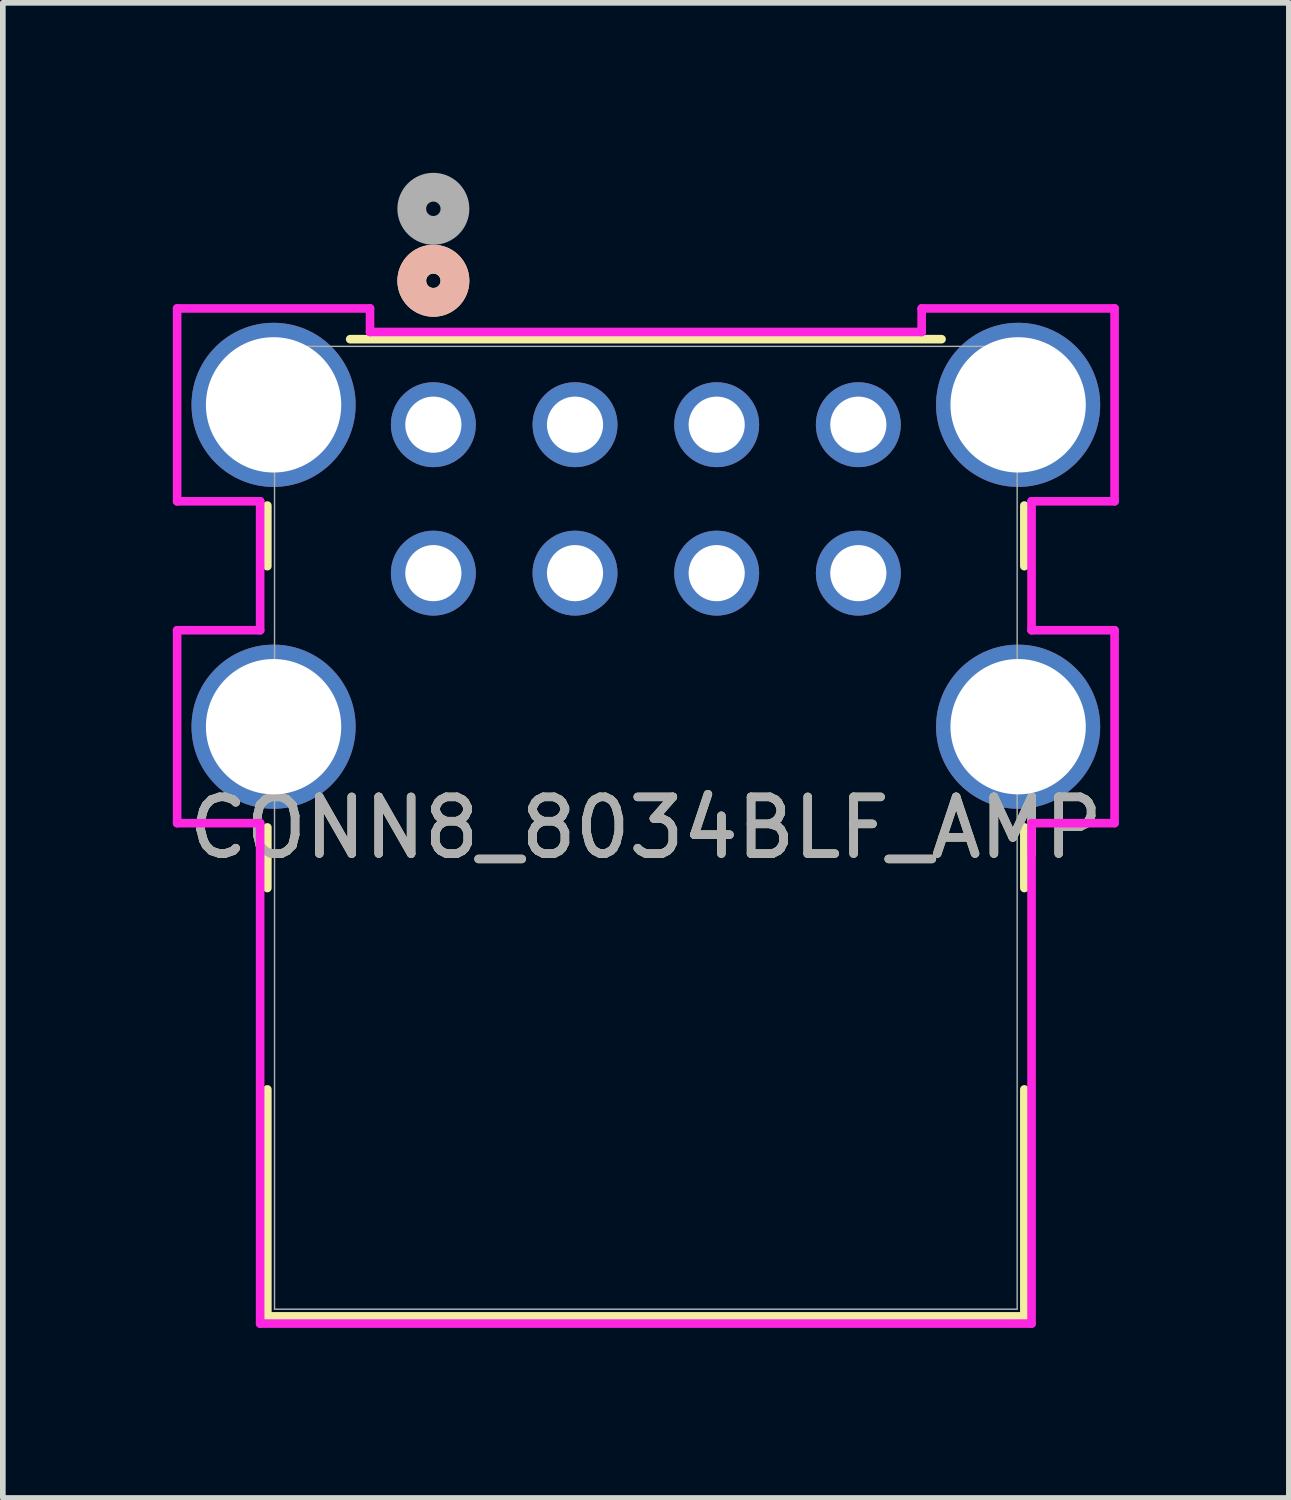
<source format=kicad_pcb>
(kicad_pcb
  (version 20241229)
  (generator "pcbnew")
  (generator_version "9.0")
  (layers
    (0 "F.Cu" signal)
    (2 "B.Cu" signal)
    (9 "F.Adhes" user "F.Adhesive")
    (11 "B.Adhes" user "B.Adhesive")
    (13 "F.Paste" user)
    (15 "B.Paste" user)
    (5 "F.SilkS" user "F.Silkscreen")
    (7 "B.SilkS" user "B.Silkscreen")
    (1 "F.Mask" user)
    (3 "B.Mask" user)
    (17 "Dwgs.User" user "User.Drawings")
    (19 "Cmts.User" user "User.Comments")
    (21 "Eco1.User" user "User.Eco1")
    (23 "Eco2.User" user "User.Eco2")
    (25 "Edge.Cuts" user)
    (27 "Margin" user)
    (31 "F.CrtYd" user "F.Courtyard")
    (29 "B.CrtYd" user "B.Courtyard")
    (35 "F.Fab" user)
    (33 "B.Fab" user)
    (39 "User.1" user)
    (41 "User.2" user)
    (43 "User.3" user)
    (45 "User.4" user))
  (footprint "CONN8_8034BLF_AMP"
    (layer "F.Cu")
    (at 4.598 4.445)
    (property "Reference" "CONN8_8034BLF_AMP" (at 3.75 7.114 0) (unlocked yes) (layer "F.SilkS") (effects (font (size 1 1) (thickness 0.15))))
    (attr through_hole)
    (fp_line (start -2.93 1.427) (end -2.93 2.497) (stroke (width 0.152) (type solid)) (layer "F.SilkS"))
    (fp_line (start -2.93 7.107) (end -2.93 8.177) (stroke (width 0.152) (type solid)) (layer "F.SilkS"))
    (fp_line (start -2.93 11.731) (end -2.93 15.737) (stroke (width 0.152) (type solid)) (layer "F.SilkS"))
    (fp_line (start -2.93 15.737) (end 10.43 15.737) (stroke (width 0.152) (type solid)) (layer "F.SilkS"))
    (fp_line (start 8.969 -1.509) (end -1.468 -1.509) (stroke (width 0.152) (type solid)) (layer "F.SilkS"))
    (fp_line (start 10.43 2.497) (end 10.43 1.427) (stroke (width 0.152) (type solid)) (layer "F.SilkS"))
    (fp_line (start 10.43 8.177) (end 10.43 7.107) (stroke (width 0.152) (type solid)) (layer "F.SilkS"))
    (fp_line (start 10.43 15.737) (end 10.43 11.731) (stroke (width 0.152) (type solid)) (layer "F.SilkS"))
    (fp_circle (center 0 -2.54) (end 0.381 -2.54) (stroke (width 0.508) (type solid)) (fill no) (layer "F.SilkS"))
    (fp_circle (center 0 -2.54) (end 0.381 -2.54) (stroke (width 0.508) (type solid)) (fill no) (layer "B.SilkS"))
    (fp_line (start -4.522 -2.052) (end -4.522 1.352) (stroke (width 0.152) (type solid)) (layer "F.CrtYd"))
    (fp_line (start -4.522 1.352) (end -3.057 1.352) (stroke (width 0.152) (type solid)) (layer "F.CrtYd"))
    (fp_line (start -4.522 3.628) (end -4.522 7.032) (stroke (width 0.152) (type solid)) (layer "F.CrtYd"))
    (fp_line (start -4.522 7.032) (end -3.057 7.032) (stroke (width 0.152) (type solid)) (layer "F.CrtYd"))
    (fp_line (start -3.057 1.352) (end -3.057 3.628) (stroke (width 0.152) (type solid)) (layer "F.CrtYd"))
    (fp_line (start -3.057 3.628) (end -4.522 3.628) (stroke (width 0.152) (type solid)) (layer "F.CrtYd"))
    (fp_line (start -3.057 7.032) (end -3.057 15.864) (stroke (width 0.152) (type solid)) (layer "F.CrtYd"))
    (fp_line (start -3.057 15.864) (end 10.557 15.864) (stroke (width 0.152) (type solid)) (layer "F.CrtYd"))
    (fp_line (start -1.118 -2.052) (end -4.522 -2.052) (stroke (width 0.152) (type solid)) (layer "F.CrtYd"))
    (fp_line (start -1.118 -1.636) (end -1.118 -2.052) (stroke (width 0.152) (type solid)) (layer "F.CrtYd"))
    (fp_line (start 8.618 -2.052) (end 8.618 -1.636) (stroke (width 0.152) (type solid)) (layer "F.CrtYd"))
    (fp_line (start 8.618 -1.636) (end -1.118 -1.636) (stroke (width 0.152) (type solid)) (layer "F.CrtYd"))
    (fp_line (start 10.557 1.352) (end 12.022 1.352) (stroke (width 0.152) (type solid)) (layer "F.CrtYd"))
    (fp_line (start 10.557 3.628) (end 10.557 1.352) (stroke (width 0.152) (type solid)) (layer "F.CrtYd"))
    (fp_line (start 10.557 7.032) (end 12.022 7.032) (stroke (width 0.152) (type solid)) (layer "F.CrtYd"))
    (fp_line (start 10.557 15.864) (end 10.557 7.032) (stroke (width 0.152) (type solid)) (layer "F.CrtYd"))
    (fp_line (start 12.022 -2.052) (end 8.618 -2.052) (stroke (width 0.152) (type solid)) (layer "F.CrtYd"))
    (fp_line (start 12.022 1.352) (end 12.022 -2.052) (stroke (width 0.152) (type solid)) (layer "F.CrtYd"))
    (fp_line (start 12.022 3.628) (end 10.557 3.628) (stroke (width 0.152) (type solid)) (layer "F.CrtYd"))
    (fp_line (start 12.022 7.032) (end 12.022 3.628) (stroke (width 0.152) (type solid)) (layer "F.CrtYd"))
    (fp_line (start -2.803 -1.382) (end -2.803 15.61) (stroke (width 0.025) (type solid)) (layer "F.Fab"))
    (fp_line (start -2.803 15.61) (end 10.303 15.61) (stroke (width 0.025) (type solid)) (layer "F.Fab"))
    (fp_line (start 10.303 -1.382) (end -2.803 -1.382) (stroke (width 0.025) (type solid)) (layer "F.Fab"))
    (fp_line (start 10.303 15.61) (end 10.303 -1.382) (stroke (width 0.025) (type solid)) (layer "F.Fab"))
    (fp_circle (center 0 -3.81) (end 0.381 -3.81) (stroke (width 0.508) (type solid)) (fill no) (layer "F.Fab"))
    (fp_text user "${REFERENCE}" (at 3.75 7.114 0) (unlocked yes) (layer "F.Fab") (effects (font (size 1 1) (thickness 0.15))))
    (pad "1" thru_hole circle (at 0 0) (size 1.499 1.499) (drill 0.991) (layers "*.Cu" "*.Mask"))
    (pad "2" thru_hole circle (at 2.5 0) (size 1.499 1.499) (drill 0.991) (layers "*.Cu" "*.Mask"))
    (pad "3" thru_hole circle (at 5 0) (size 1.499 1.499) (drill 0.991) (layers "*.Cu" "*.Mask"))
    (pad "4" thru_hole circle (at 7.5 0) (size 1.499 1.499) (drill 0.991) (layers "*.Cu" "*.Mask"))
    (pad "5" thru_hole circle (at 0 2.62) (size 1.499 1.499) (drill 0.991) (layers "*.Cu" "*.Mask"))
    (pad "6" thru_hole circle (at 2.5 2.62) (size 1.499 1.499) (drill 0.991) (layers "*.Cu" "*.Mask"))
    (pad "7" thru_hole circle (at 5 2.62) (size 1.499 1.499) (drill 0.991) (layers "*.Cu" "*.Mask"))
    (pad "8" thru_hole circle (at 7.5 2.62) (size 1.499 1.499) (drill 0.991) (layers "*.Cu" "*.Mask"))
    (pad "9" thru_hole circle (at -2.82 5.33 90) (size 2.896 2.896) (drill 2.388) (layers "*.Cu" "*.Mask"))
    (pad "10" thru_hole circle (at 10.32 5.33 90) (size 2.896 2.896) (drill 2.388) (layers "*.Cu" "*.Mask"))
    (pad "11" thru_hole circle (at -2.82 -0.35 90) (size 2.896 2.896) (drill 2.388) (layers "*.Cu" "*.Mask"))
    (pad "12" thru_hole circle (at 10.32 -0.35 90) (size 2.896 2.896) (drill 2.388) (layers "*.Cu" "*.Mask")))
  (gr_rect
    (start -3 -3)
    (end 19.696 23.386)
    (stroke (width 0.1) (type default))
    (fill no)
    (layer "Edge.Cuts")))
</source>
